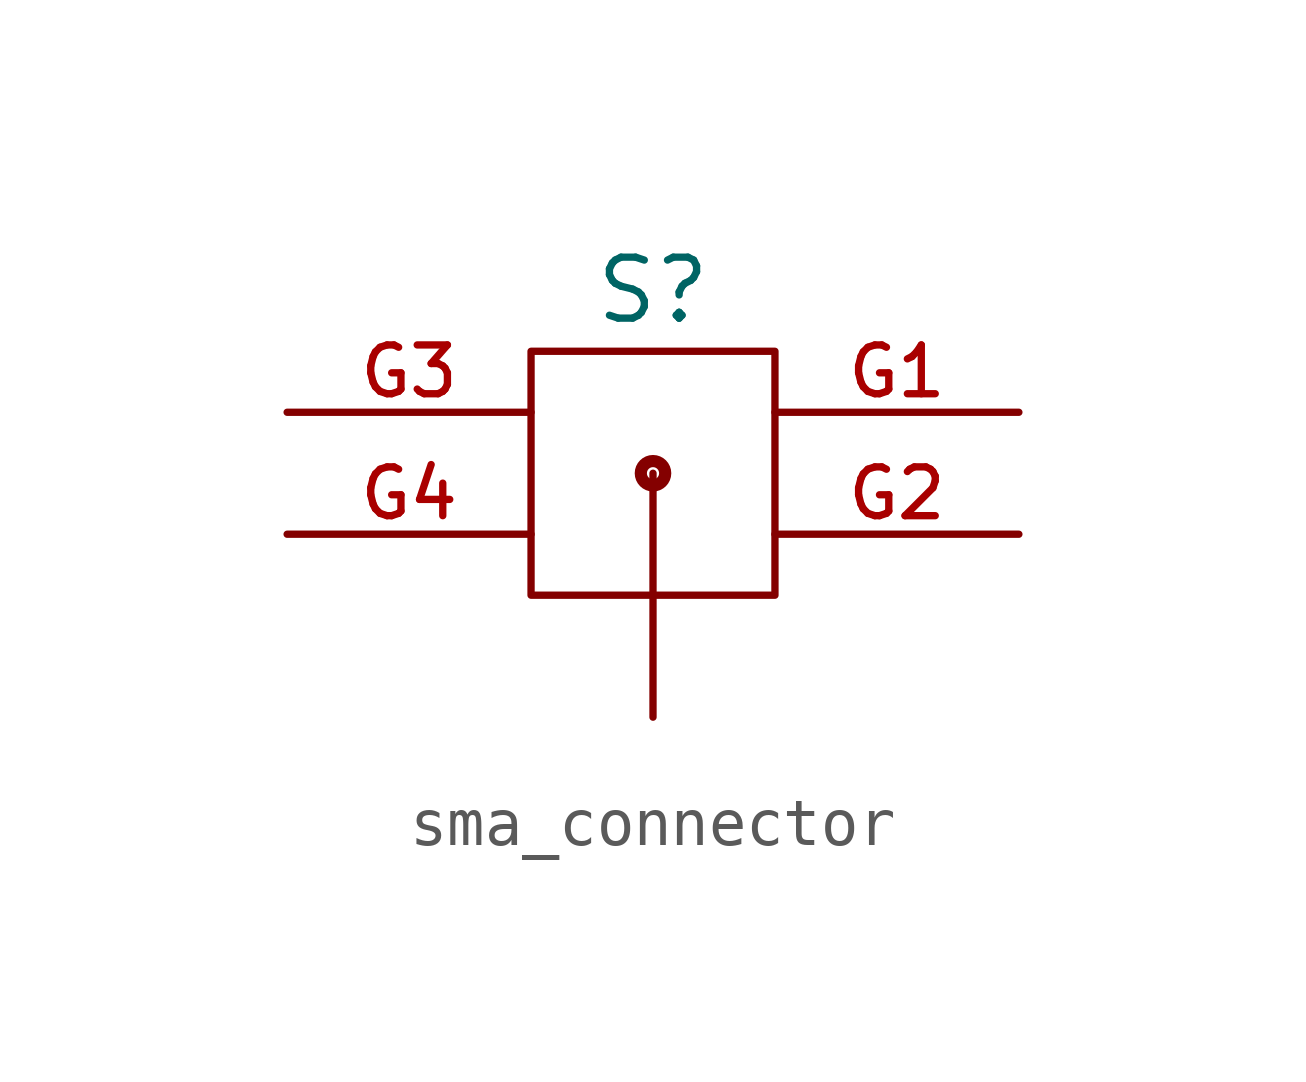
<source format=kicad_sym>
(kicad_symbol_lib
  (version 20231120)
  (generator "kicad_symbol_editor")
  (generator_version "8.0")
  (symbol "sma_connector"
    (property "Reference" "S"
      (at 2.54 6.35 0)
      (effects (font (size 1.27 1.27))))
    (property "Value" ""
      (at 0 0 0)
      (effects (font (size 1.27 1.27))))
    (symbol "sma_connector_0_0"
      (circle (center 2.54 2.54) (radius 0.254) (stroke (width 0.254) (type default)) (fill (type none))))
    (symbol "sma_connector_1_0"
      (rectangle (start 0 5.08) (end 5.08 0) (stroke (width 0) (type default)) (fill (type none)))
      (pin passive line (at 2.54 -2.54 90) (length 5.08) (name "" (effects (font (size 1.016 1.016)))) (number "" (effects (font (size 1.016 1.016)))))
      (pin passive line (at 10.16 3.81 180) (length 5.08) (name "~" (effects (font (size 1.016 1.016)))) (number "G1" (effects (font (size 1.016 1.016)))))
      (pin passive line (at 10.16 1.27 180) (length 5.08) (name "~" (effects (font (size 1.016 1.016)))) (number "G2" (effects (font (size 1.016 1.016)))))
      (pin passive line (at -5.08 3.81 0) (length 5.08) (name "~" (effects (font (size 1.016 1.016)))) (number "G3" (effects (font (size 1.016 1.016)))))
      (pin passive line (at -5.08 1.27 0) (length 5.08) (name "~" (effects (font (size 1.016 1.016)))) (number "G4" (effects (font (size 1.016 1.016))))))))
</source>
